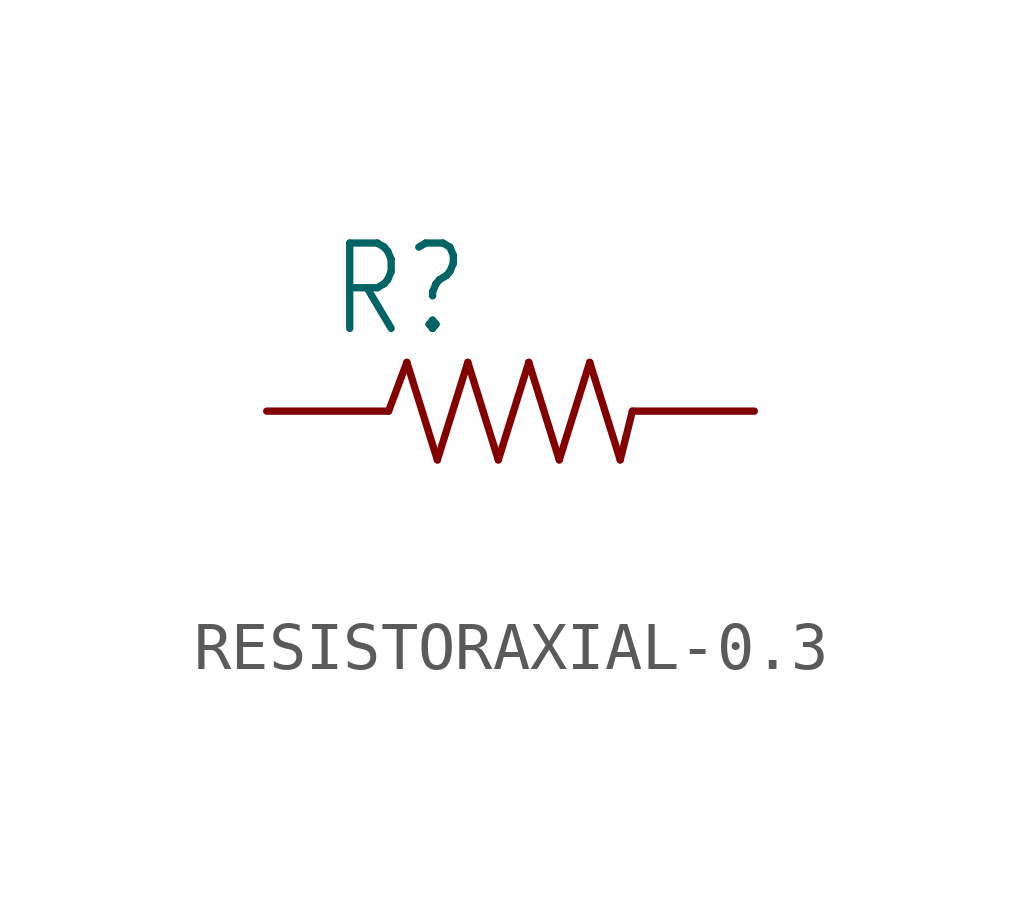
<source format=kicad_sym>
(kicad_symbol_lib
  (version 20220914)
  (generator kicad_symbol_editor)
  (symbol "RESISTORAXIAL-0.3"
    (property "Reference" "R"
      (at -3.81 1.499 0)
      (effects (font (size 1.778 1.511)) (justify left bottom)))
    (property "Value" ""
      (at -3.81 -3.302 0)
      (effects (font (size 1.778 1.511)) (justify left bottom)))
    (property "ki_locked" ""
      (at 0 0 0)
      (effects (font (size 1.27 1.27))))
    (symbol "RESISTORAXIAL-0.3_1_0"
      (polyline (pts (xy -2.54 0) (xy -2.159 1.016)) (stroke (width 0.152) (type solid)) (fill (type none)))
      (polyline (pts (xy -2.159 1.016) (xy -1.524 -1.016)) (stroke (width 0.152) (type solid)) (fill (type none)))
      (polyline (pts (xy -1.524 -1.016) (xy -0.889 1.016)) (stroke (width 0.152) (type solid)) (fill (type none)))
      (polyline (pts (xy -0.889 1.016) (xy -0.254 -1.016)) (stroke (width 0.152) (type solid)) (fill (type none)))
      (polyline (pts (xy -0.254 -1.016) (xy 0.381 1.016)) (stroke (width 0.152) (type solid)) (fill (type none)))
      (polyline (pts (xy 0.381 1.016) (xy 1.016 -1.016)) (stroke (width 0.152) (type solid)) (fill (type none)))
      (polyline (pts (xy 1.016 -1.016) (xy 1.651 1.016)) (stroke (width 0.152) (type solid)) (fill (type none)))
      (polyline (pts (xy 1.651 1.016) (xy 2.286 -1.016)) (stroke (width 0.152) (type solid)) (fill (type none)))
      (polyline (pts (xy 2.286 -1.016) (xy 2.54 0)) (stroke (width 0.152) (type solid)) (fill (type none)))
      (pin passive line (at -5.08 0 0) (length 2.54) (name "1" (effects (font (size 0 0)))) (number "P$1" (effects (font (size 0 0)))))
      (pin passive line (at 5.08 0 180) (length 2.54) (name "2" (effects (font (size 0 0)))) (number "P$2" (effects (font (size 0 0))))))))
</source>
